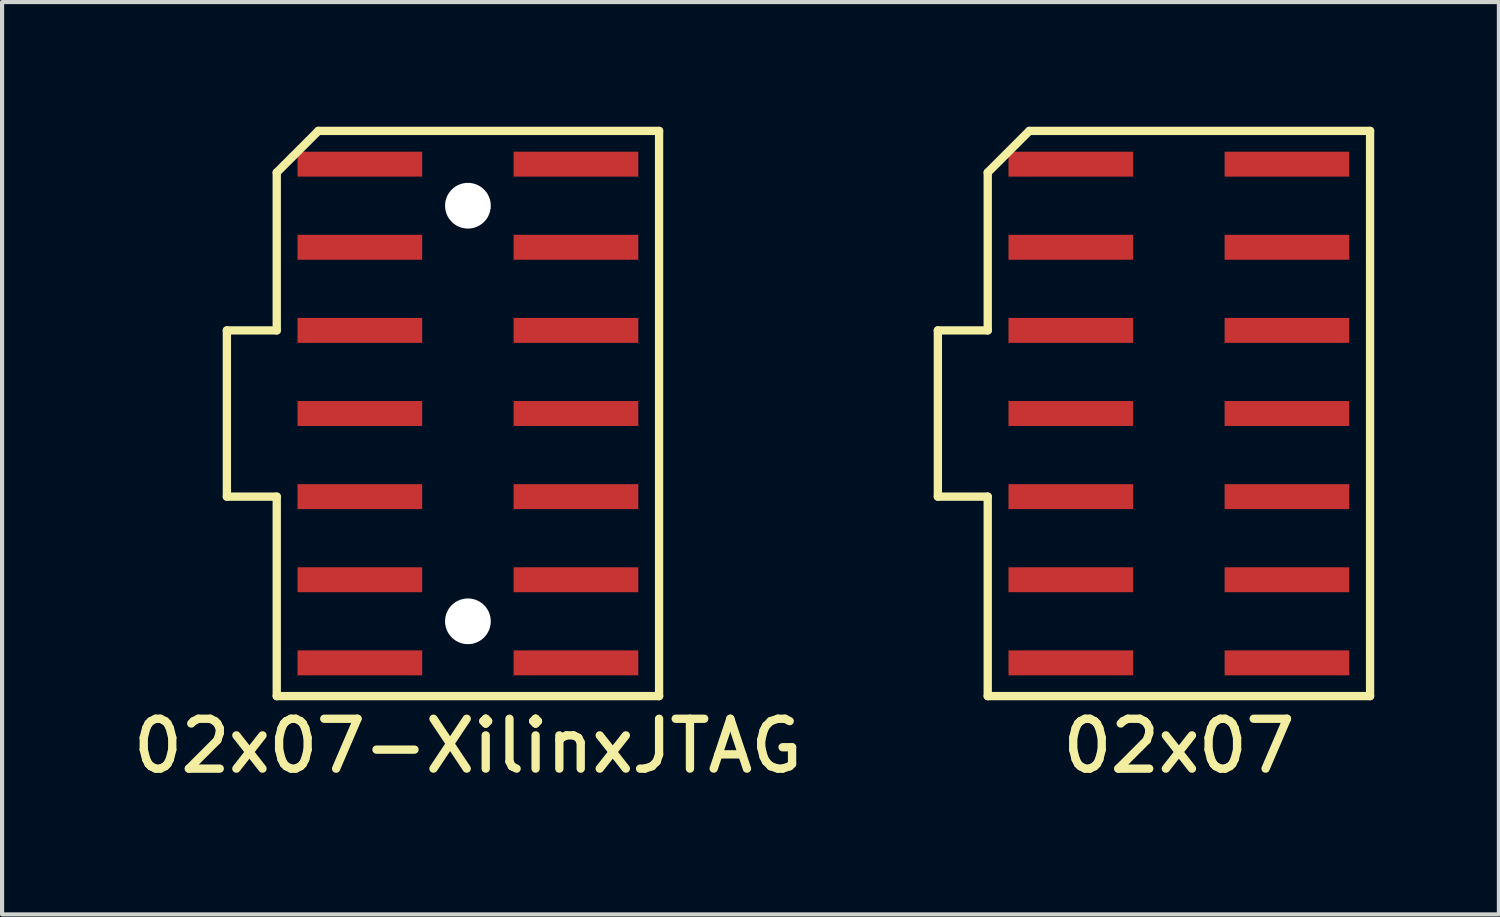
<source format=kicad_pcb>
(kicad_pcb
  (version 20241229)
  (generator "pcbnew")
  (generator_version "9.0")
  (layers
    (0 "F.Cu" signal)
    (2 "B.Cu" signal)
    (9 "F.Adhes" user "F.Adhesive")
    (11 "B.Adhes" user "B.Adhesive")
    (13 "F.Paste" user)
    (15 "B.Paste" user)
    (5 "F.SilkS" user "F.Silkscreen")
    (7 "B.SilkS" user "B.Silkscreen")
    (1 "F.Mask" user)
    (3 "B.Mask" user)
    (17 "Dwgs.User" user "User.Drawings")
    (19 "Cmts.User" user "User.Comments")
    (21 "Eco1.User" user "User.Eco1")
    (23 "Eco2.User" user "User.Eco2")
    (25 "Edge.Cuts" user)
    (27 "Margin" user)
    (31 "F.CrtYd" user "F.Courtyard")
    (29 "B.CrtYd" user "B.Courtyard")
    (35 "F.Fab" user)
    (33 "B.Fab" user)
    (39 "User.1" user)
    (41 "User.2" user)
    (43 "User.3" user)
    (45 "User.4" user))
  (footprint "02x07"
    (layer "F.Cu")
    (at 25.317 6.9)
    (property "Reference" "02x07" (at 0 8 0) (layer "F.SilkS") (effects (font (size 1.2 1.2) (thickness 0.2))))
    (attr through_hole)
    (fp_line (start -5.8 -2) (end -5.8 2) (stroke (width 0.2) (type solid)) (layer "F.SilkS"))
    (fp_line (start -4.6 -5.8) (end -4.6 -2) (stroke (width 0.2) (type solid)) (layer "F.SilkS"))
    (fp_line (start -4.6 -2) (end -5.8 -2) (stroke (width 0.2) (type solid)) (layer "F.SilkS"))
    (fp_line (start -4.6 2) (end -5.8 2) (stroke (width 0.2) (type solid)) (layer "F.SilkS"))
    (fp_line (start -4.6 6.8) (end -4.6 2) (stroke (width 0.2) (type solid)) (layer "F.SilkS"))
    (fp_line (start -4.6 6.8) (end 4.6 6.8) (stroke (width 0.2) (type solid)) (layer "F.SilkS"))
    (fp_line (start -3.6 -6.8) (end -4.6 -5.8) (stroke (width 0.2) (type solid)) (layer "F.SilkS"))
    (fp_line (start 4.6 -6.8) (end -3.6 -6.8) (stroke (width 0.2) (type solid)) (layer "F.SilkS"))
    (fp_line (start 4.6 6.8) (end 4.6 -6.8) (stroke (width 0.2) (type solid)) (layer "F.SilkS"))
    (pad "1" smd rect (at -2.6 -6) (size 3 0.6) (layers "F.Cu" "F.Mask" "F.Paste"))
    (pad "2" smd rect (at 2.6 -6) (size 3 0.6) (layers "F.Cu" "F.Mask" "F.Paste"))
    (pad "3" connect rect (at -2.6 -4) (size 3 0.6) (layers "F.Cu" "F.Mask"))
    (pad "4" smd rect (at 2.6 -4) (size 3 0.6) (layers "F.Cu" "F.Mask" "F.Paste"))
    (pad "5" smd rect (at -2.6 -2) (size 3 0.6) (layers "F.Cu" "F.Mask" "F.Paste"))
    (pad "6" smd rect (at 2.6 -2) (size 3 0.6) (layers "F.Cu" "F.Mask" "F.Paste"))
    (pad "7" smd rect (at -2.6 0) (size 3 0.6) (layers "F.Cu" "F.Mask" "F.Paste"))
    (pad "8" smd rect (at 2.6 0) (size 3 0.6) (layers "F.Cu" "F.Mask" "F.Paste"))
    (pad "9" smd rect (at -2.6 2) (size 3 0.6) (layers "F.Cu" "F.Mask" "F.Paste"))
    (pad "10" smd rect (at 2.6 2) (size 3 0.6) (layers "F.Cu" "F.Mask" "F.Paste"))
    (pad "11" smd rect (at -2.6 4) (size 3 0.6) (layers "F.Cu" "F.Mask" "F.Paste"))
    (pad "12" smd rect (at 2.6 4) (size 3 0.6) (layers "F.Cu" "F.Mask" "F.Paste"))
    (pad "13" smd rect (at -2.6 6) (size 3 0.6) (layers "F.Cu" "F.Mask" "F.Paste"))
    (pad "14" smd rect (at 2.6 6) (size 3 0.6) (layers "F.Cu" "F.Mask" "F.Paste")))
  (footprint "02x07-XilinxJTAG"
    (layer "F.Cu")
    (at 8.209 6.9)
    (property "Reference" "02x07-XilinxJTAG" (at 0 8 0) (layer "F.SilkS") (effects (font (size 1.2 1.2) (thickness 0.2))))
    (attr smd)
    (fp_line (start -5.8 -2) (end -5.8 2) (stroke (width 0.2) (type solid)) (layer "F.SilkS"))
    (fp_line (start -4.6 -5.8) (end -4.6 -2) (stroke (width 0.2) (type solid)) (layer "F.SilkS"))
    (fp_line (start -4.6 -2) (end -5.8 -2) (stroke (width 0.2) (type solid)) (layer "F.SilkS"))
    (fp_line (start -4.6 2) (end -5.8 2) (stroke (width 0.2) (type solid)) (layer "F.SilkS"))
    (fp_line (start -4.6 6.8) (end -4.6 2) (stroke (width 0.2) (type solid)) (layer "F.SilkS"))
    (fp_line (start -4.6 6.8) (end 4.6 6.8) (stroke (width 0.2) (type solid)) (layer "F.SilkS"))
    (fp_line (start -3.6 -6.8) (end -4.6 -5.8) (stroke (width 0.2) (type solid)) (layer "F.SilkS"))
    (fp_line (start 4.6 -6.8) (end -3.6 -6.8) (stroke (width 0.2) (type solid)) (layer "F.SilkS"))
    (fp_line (start 4.6 6.8) (end 4.6 -6.8) (stroke (width 0.2) (type solid)) (layer "F.SilkS"))
    (pad "" np_thru_hole circle (at 0 -5) (size 1.1 1.1) (drill 1.1) (layers "*.Cu" "*.Mask"))
    (pad "" np_thru_hole circle (at 0 5) (size 1.1 1.1) (drill 1.1) (layers "*.Cu" "*.Mask"))
    (pad "1" smd rect (at -2.6 -6) (size 3 0.6) (layers "F.Cu" "F.Mask" "F.Paste"))
    (pad "2" smd rect (at 2.6 -6) (size 3 0.6) (layers "F.Cu" "F.Mask" "F.Paste"))
    (pad "3" connect rect (at -2.6 -4) (size 3 0.6) (layers "F.Cu" "F.Mask"))
    (pad "4" smd rect (at 2.6 -4) (size 3 0.6) (layers "F.Cu" "F.Mask" "F.Paste"))
    (pad "5" smd rect (at -2.6 -2) (size 3 0.6) (layers "F.Cu" "F.Mask" "F.Paste"))
    (pad "6" smd rect (at 2.6 -2) (size 3 0.6) (layers "F.Cu" "F.Mask" "F.Paste"))
    (pad "7" smd rect (at -2.6 0) (size 3 0.6) (layers "F.Cu" "F.Mask" "F.Paste"))
    (pad "8" smd rect (at 2.6 0) (size 3 0.6) (layers "F.Cu" "F.Mask" "F.Paste"))
    (pad "9" smd rect (at -2.6 2) (size 3 0.6) (layers "F.Cu" "F.Mask" "F.Paste"))
    (pad "10" smd rect (at 2.6 2) (size 3 0.6) (layers "F.Cu" "F.Mask" "F.Paste"))
    (pad "11" smd rect (at -2.6 4) (size 3 0.6) (layers "F.Cu" "F.Mask" "F.Paste"))
    (pad "12" smd rect (at 2.6 4) (size 3 0.6) (layers "F.Cu" "F.Mask" "F.Paste"))
    (pad "13" smd rect (at -2.6 6) (size 3 0.6) (layers "F.Cu" "F.Mask" "F.Paste"))
    (pad "14" smd rect (at 2.6 6) (size 3 0.6) (layers "F.Cu" "F.Mask" "F.Paste")))
  (gr_rect
    (start -3 -3)
    (end 33.017 18.953)
    (stroke (width 0.1) (type default))
    (fill no)
    (layer "Edge.Cuts")))
</source>
